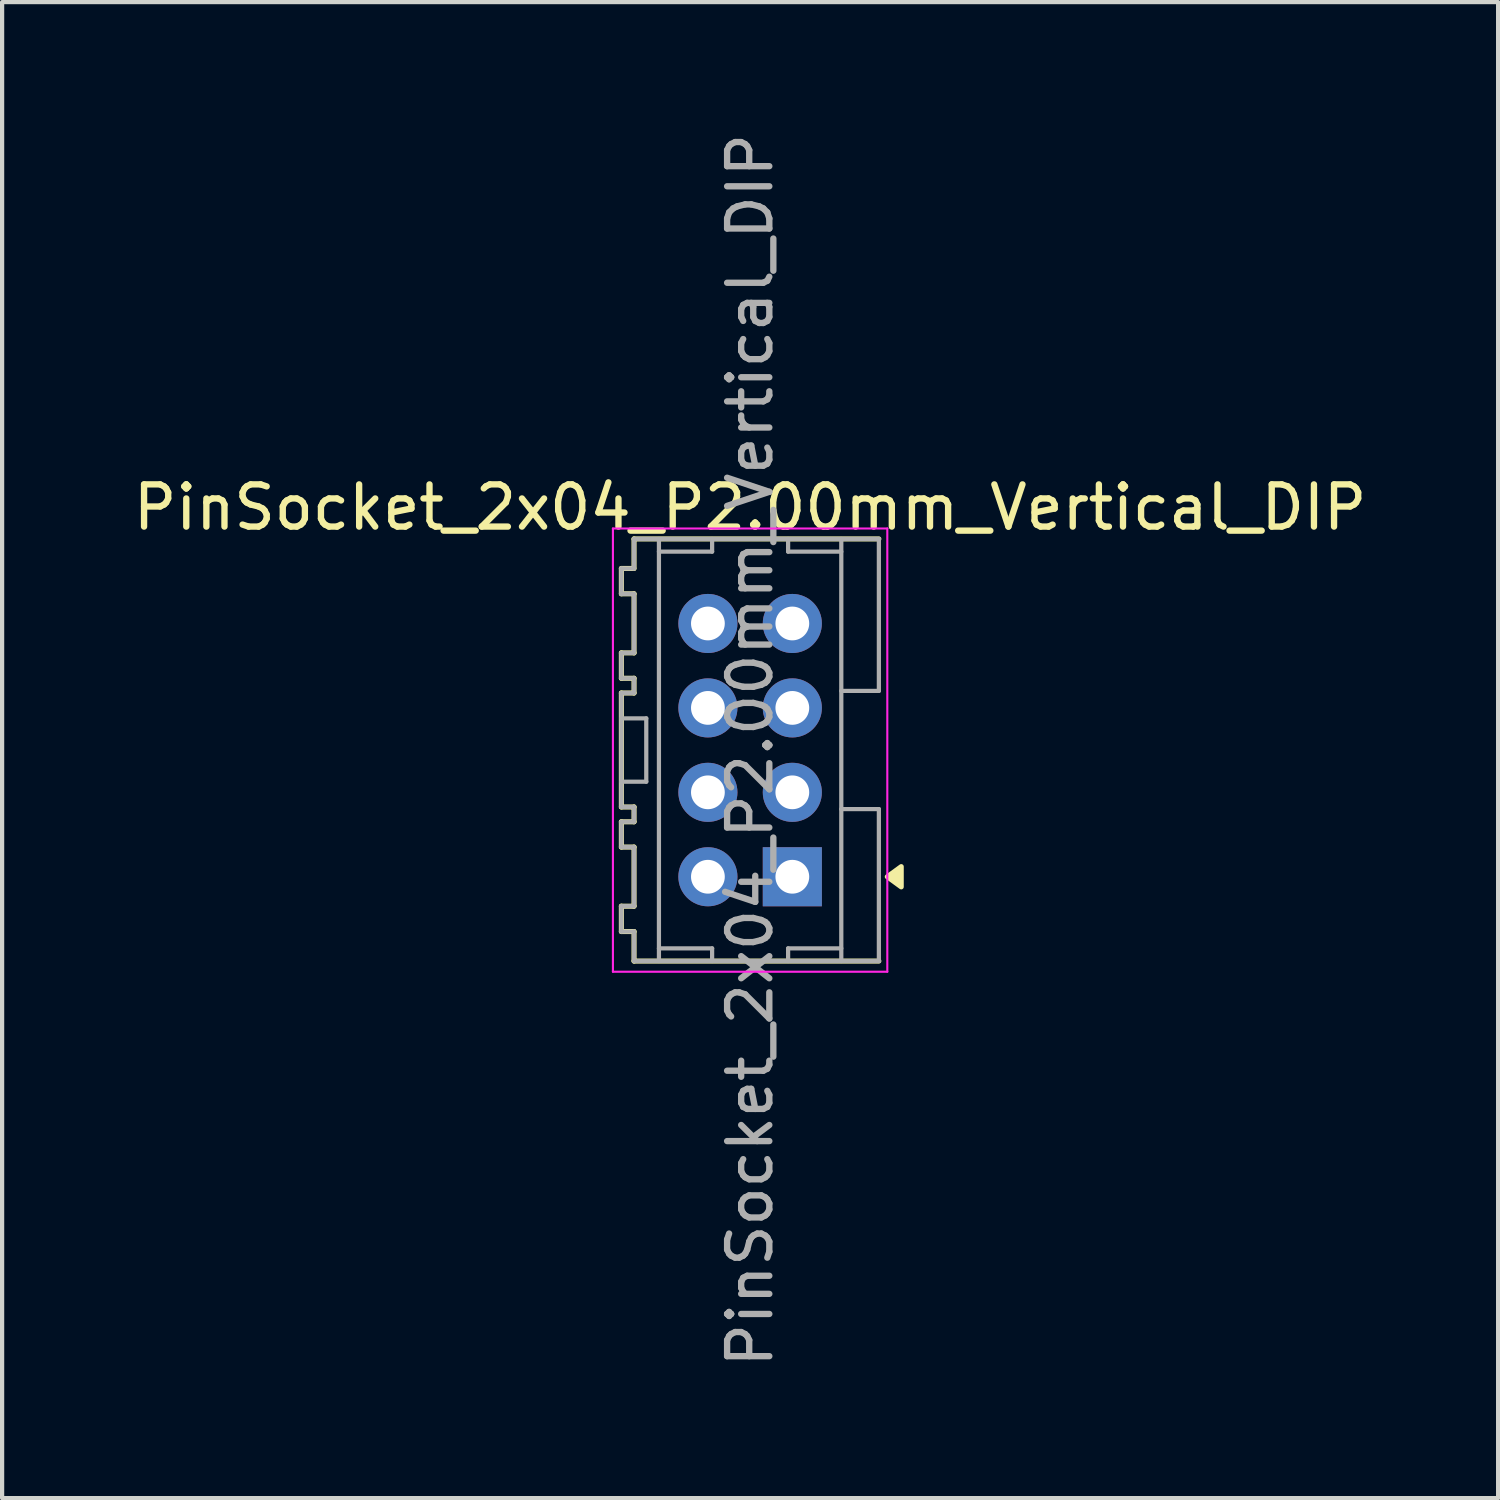
<source format=kicad_pcb>
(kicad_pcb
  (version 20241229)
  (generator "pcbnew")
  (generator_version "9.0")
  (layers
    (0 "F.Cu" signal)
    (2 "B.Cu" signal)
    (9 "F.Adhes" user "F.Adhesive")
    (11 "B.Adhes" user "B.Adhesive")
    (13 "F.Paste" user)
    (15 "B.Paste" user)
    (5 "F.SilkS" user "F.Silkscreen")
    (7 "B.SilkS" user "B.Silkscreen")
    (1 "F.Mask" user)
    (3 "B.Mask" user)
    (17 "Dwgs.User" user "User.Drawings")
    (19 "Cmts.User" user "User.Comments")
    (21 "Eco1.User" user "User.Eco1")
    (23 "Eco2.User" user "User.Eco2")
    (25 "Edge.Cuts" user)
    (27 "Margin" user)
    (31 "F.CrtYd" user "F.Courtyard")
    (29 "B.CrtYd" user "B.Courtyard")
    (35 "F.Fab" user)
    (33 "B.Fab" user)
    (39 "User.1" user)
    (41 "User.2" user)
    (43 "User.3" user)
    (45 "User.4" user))
  (footprint "PinSocket_2x04_P2.00mm_Vertical_DIP"
    (layer "F.Cu")
    (at 14.72 14.72)
    (property "Reference" "PinSocket_2x04_P2.00mm_Vertical_DIP" (at 0 -5.75 0) (layer "F.SilkS") (effects (font (size 1 1) (thickness 0.15))))
    (attr through_hole)
    (fp_line (start -3.05 -4.303) (end -2.755 -4.303) (stroke (width 0.12) (type default)) (layer "F.SilkS"))
    (fp_line (start -3.05 -3.703) (end -3.05 -4.303) (stroke (width 0.12) (type default)) (layer "F.SilkS"))
    (fp_line (start -3.05 -2.303) (end -2.75 -2.303) (stroke (width 0.12) (type default)) (layer "F.SilkS"))
    (fp_line (start -3.05 -1.702) (end -3.05 -2.303) (stroke (width 0.12) (type default)) (layer "F.SilkS"))
    (fp_line (start -3.05 -1.353) (end -3.05 1.347) (stroke (width 0.12) (type default)) (layer "F.SilkS"))
    (fp_line (start -3.05 -1.353) (end -2.75 -1.353) (stroke (width 0.12) (type default)) (layer "F.SilkS"))
    (fp_line (start -3.05 1.347) (end -2.75 1.347) (stroke (width 0.12) (type default)) (layer "F.SilkS"))
    (fp_line (start -3.05 1.698) (end -3.05 2.297) (stroke (width 0.12) (type default)) (layer "F.SilkS"))
    (fp_line (start -3.05 2.297) (end -2.75 2.297) (stroke (width 0.12) (type default)) (layer "F.SilkS"))
    (fp_line (start -3.05 3.697) (end -3.05 4.298) (stroke (width 0.12) (type default)) (layer "F.SilkS"))
    (fp_line (start -3.05 4.298) (end -2.75 4.298) (stroke (width 0.12) (type default)) (layer "F.SilkS"))
    (fp_line (start -2.75 -4.303) (end -2.75 -5.003) (stroke (width 0.12) (type default)) (layer "F.SilkS"))
    (fp_line (start -2.75 -3.703) (end -3.05 -3.703) (stroke (width 0.12) (type default)) (layer "F.SilkS"))
    (fp_line (start -2.75 -2.303) (end -2.75 -3.703) (stroke (width 0.12) (type default)) (layer "F.SilkS"))
    (fp_line (start -2.75 -1.702) (end -3.05 -1.702) (stroke (width 0.12) (type default)) (layer "F.SilkS"))
    (fp_line (start -2.75 -1.353) (end -2.75 -1.702) (stroke (width 0.12) (type default)) (layer "F.SilkS"))
    (fp_line (start -2.75 1.347) (end -2.75 1.698) (stroke (width 0.12) (type default)) (layer "F.SilkS"))
    (fp_line (start -2.75 1.698) (end -3.05 1.698) (stroke (width 0.12) (type default)) (layer "F.SilkS"))
    (fp_line (start -2.75 2.297) (end -2.75 3.697) (stroke (width 0.12) (type default)) (layer "F.SilkS"))
    (fp_line (start -2.75 3.697) (end -3.05 3.697) (stroke (width 0.12) (type default)) (layer "F.SilkS"))
    (fp_line (start -2.75 4.298) (end -2.75 4.997) (stroke (width 0.12) (type default)) (layer "F.SilkS"))
    (fp_line (start 3.05 -5.003) (end -2.75 -5.003) (stroke (width 0.12) (type default)) (layer "F.SilkS"))
    (fp_line (start 3.05 4.997) (end -2.75 4.997) (stroke (width 0.12) (type default)) (layer "F.SilkS"))
    (fp_poly (pts (xy 3.25 3) (xy 3.58 2.76) (xy 3.58 3.24) (xy 3.25 3)) (stroke (width 0.12) (type solid)) (fill yes) (layer "F.SilkS"))
    (fp_line (start -3.25 -5.25) (end 3.25 -5.25) (stroke (width 0.05) (type solid)) (layer "F.CrtYd"))
    (fp_line (start -3.25 5.25) (end -3.25 -5.25) (stroke (width 0.05) (type solid)) (layer "F.CrtYd"))
    (fp_line (start 3.25 -5.25) (end 3.25 5.25) (stroke (width 0.05) (type solid)) (layer "F.CrtYd"))
    (fp_line (start 3.25 5.25) (end -3.25 5.25) (stroke (width 0.05) (type solid)) (layer "F.CrtYd"))
    (fp_line (start -3.05 -4.303) (end -2.755 -4.303) (stroke (width 0.1) (type default)) (layer "F.Fab"))
    (fp_line (start -3.05 -3.703) (end -3.05 -4.303) (stroke (width 0.1) (type default)) (layer "F.Fab"))
    (fp_line (start -3.05 -2.303) (end -2.75 -2.303) (stroke (width 0.1) (type default)) (layer "F.Fab"))
    (fp_line (start -3.05 -1.702) (end -3.05 -2.303) (stroke (width 0.1) (type default)) (layer "F.Fab"))
    (fp_line (start -3.05 -1.353) (end -3.05 1.347) (stroke (width 0.1) (type default)) (layer "F.Fab"))
    (fp_line (start -3.05 -1.353) (end -2.75 -1.353) (stroke (width 0.1) (type default)) (layer "F.Fab"))
    (fp_line (start -3.05 0.748) (end -2.46 0.748) (stroke (width 0.1) (type default)) (layer "F.Fab"))
    (fp_line (start -3.05 1.347) (end -2.75 1.347) (stroke (width 0.1) (type default)) (layer "F.Fab"))
    (fp_line (start -3.05 1.698) (end -3.05 2.297) (stroke (width 0.1) (type default)) (layer "F.Fab"))
    (fp_line (start -3.05 2.297) (end -2.75 2.297) (stroke (width 0.1) (type default)) (layer "F.Fab"))
    (fp_line (start -3.05 3.697) (end -3.05 4.298) (stroke (width 0.1) (type default)) (layer "F.Fab"))
    (fp_line (start -3.05 4.298) (end -2.75 4.298) (stroke (width 0.1) (type default)) (layer "F.Fab"))
    (fp_line (start -2.75 -4.303) (end -2.75 -5.003) (stroke (width 0.1) (type default)) (layer "F.Fab"))
    (fp_line (start -2.75 -3.703) (end -3.05 -3.703) (stroke (width 0.1) (type default)) (layer "F.Fab"))
    (fp_line (start -2.75 -2.303) (end -2.75 -3.703) (stroke (width 0.1) (type default)) (layer "F.Fab"))
    (fp_line (start -2.75 -1.702) (end -3.05 -1.702) (stroke (width 0.1) (type default)) (layer "F.Fab"))
    (fp_line (start -2.75 -1.353) (end -2.75 -1.702) (stroke (width 0.1) (type default)) (layer "F.Fab"))
    (fp_line (start -2.75 1.347) (end -2.75 1.698) (stroke (width 0.1) (type default)) (layer "F.Fab"))
    (fp_line (start -2.75 1.698) (end -3.05 1.698) (stroke (width 0.1) (type default)) (layer "F.Fab"))
    (fp_line (start -2.75 2.297) (end -2.75 3.697) (stroke (width 0.1) (type default)) (layer "F.Fab"))
    (fp_line (start -2.75 3.697) (end -3.05 3.697) (stroke (width 0.1) (type default)) (layer "F.Fab"))
    (fp_line (start -2.75 4.298) (end -2.75 4.997) (stroke (width 0.1) (type default)) (layer "F.Fab"))
    (fp_line (start -2.46 -0.752) (end -3.05 -0.752) (stroke (width 0.1) (type default)) (layer "F.Fab"))
    (fp_line (start -2.46 0.748) (end -2.46 -0.752) (stroke (width 0.1) (type default)) (layer "F.Fab"))
    (fp_line (start -2.16 -4.702) (end -0.9 -4.702) (stroke (width 0.1) (type default)) (layer "F.Fab"))
    (fp_line (start -2.16 4.697) (end -0.9 4.697) (stroke (width 0.1) (type default)) (layer "F.Fab"))
    (fp_line (start -2.16 4.997) (end -2.16 -5.003) (stroke (width 0.1) (type default)) (layer "F.Fab"))
    (fp_line (start -0.9 -4.702) (end -0.9 -5.003) (stroke (width 0.1) (type default)) (layer "F.Fab"))
    (fp_line (start -0.9 4.697) (end -0.9 4.997) (stroke (width 0.1) (type default)) (layer "F.Fab"))
    (fp_line (start 0.9 -5.003) (end 0.9 -4.702) (stroke (width 0.1) (type default)) (layer "F.Fab"))
    (fp_line (start 0.9 -4.702) (end 2.16 -4.702) (stroke (width 0.1) (type default)) (layer "F.Fab"))
    (fp_line (start 0.9 4.697) (end 2.16 4.697) (stroke (width 0.1) (type default)) (layer "F.Fab"))
    (fp_line (start 0.9 4.997) (end 0.9 4.697) (stroke (width 0.1) (type default)) (layer "F.Fab"))
    (fp_line (start 2.16 -5.003) (end 2.16 4.997) (stroke (width 0.1) (type default)) (layer "F.Fab"))
    (fp_line (start 2.16 -1.403) (end 3.05 -1.403) (stroke (width 0.1) (type default)) (layer "F.Fab"))
    (fp_line (start 2.16 1.397) (end 3.05 1.397) (stroke (width 0.1) (type default)) (layer "F.Fab"))
    (fp_line (start 3.05 -5.003) (end -2.75 -5.003) (stroke (width 0.1) (type default)) (layer "F.Fab"))
    (fp_line (start 3.05 -1.403) (end 3.05 -5.003) (stroke (width 0.1) (type default)) (layer "F.Fab"))
    (fp_line (start 3.05 1.397) (end 3.05 4.997) (stroke (width 0.1) (type default)) (layer "F.Fab"))
    (fp_line (start 3.05 4.997) (end -2.75 4.997) (stroke (width 0.1) (type default)) (layer "F.Fab"))
    (fp_text user "${REFERENCE}" (at 0 0 90) (layer "F.Fab") (effects (font (size 1 1) (thickness 0.15))))
    (pad "1" thru_hole rect (at 1 3 180) (size 1.4 1.4) (drill 0.8) (layers "*.Cu" "*.Mask"))
    (pad "2" thru_hole circle (at -1 3 180) (size 1.4 1.4) (drill 0.8) (layers "*.Cu" "*.Mask"))
    (pad "3" thru_hole circle (at 1 1 180) (size 1.4 1.4) (drill 0.8) (layers "*.Cu" "*.Mask"))
    (pad "4" thru_hole circle (at -1 1 180) (size 1.4 1.4) (drill 0.8) (layers "*.Cu" "*.Mask"))
    (pad "5" thru_hole circle (at 1 -1 180) (size 1.4 1.4) (drill 0.8) (layers "*.Cu" "*.Mask"))
    (pad "6" thru_hole circle (at -1 -1 180) (size 1.4 1.4) (drill 0.8) (layers "*.Cu" "*.Mask"))
    (pad "7" thru_hole circle (at 1 -3 180) (size 1.4 1.4) (drill 0.8) (layers "*.Cu" "*.Mask"))
    (pad "8" thru_hole circle (at -1 -3 180) (size 1.4 1.4) (drill 0.8) (layers "*.Cu" "*.Mask")))
  (gr_rect
    (start -3 -3)
    (end 32.44 32.44)
    (stroke (width 0.1) (type default))
    (fill no)
    (layer "Edge.Cuts")))
</source>
